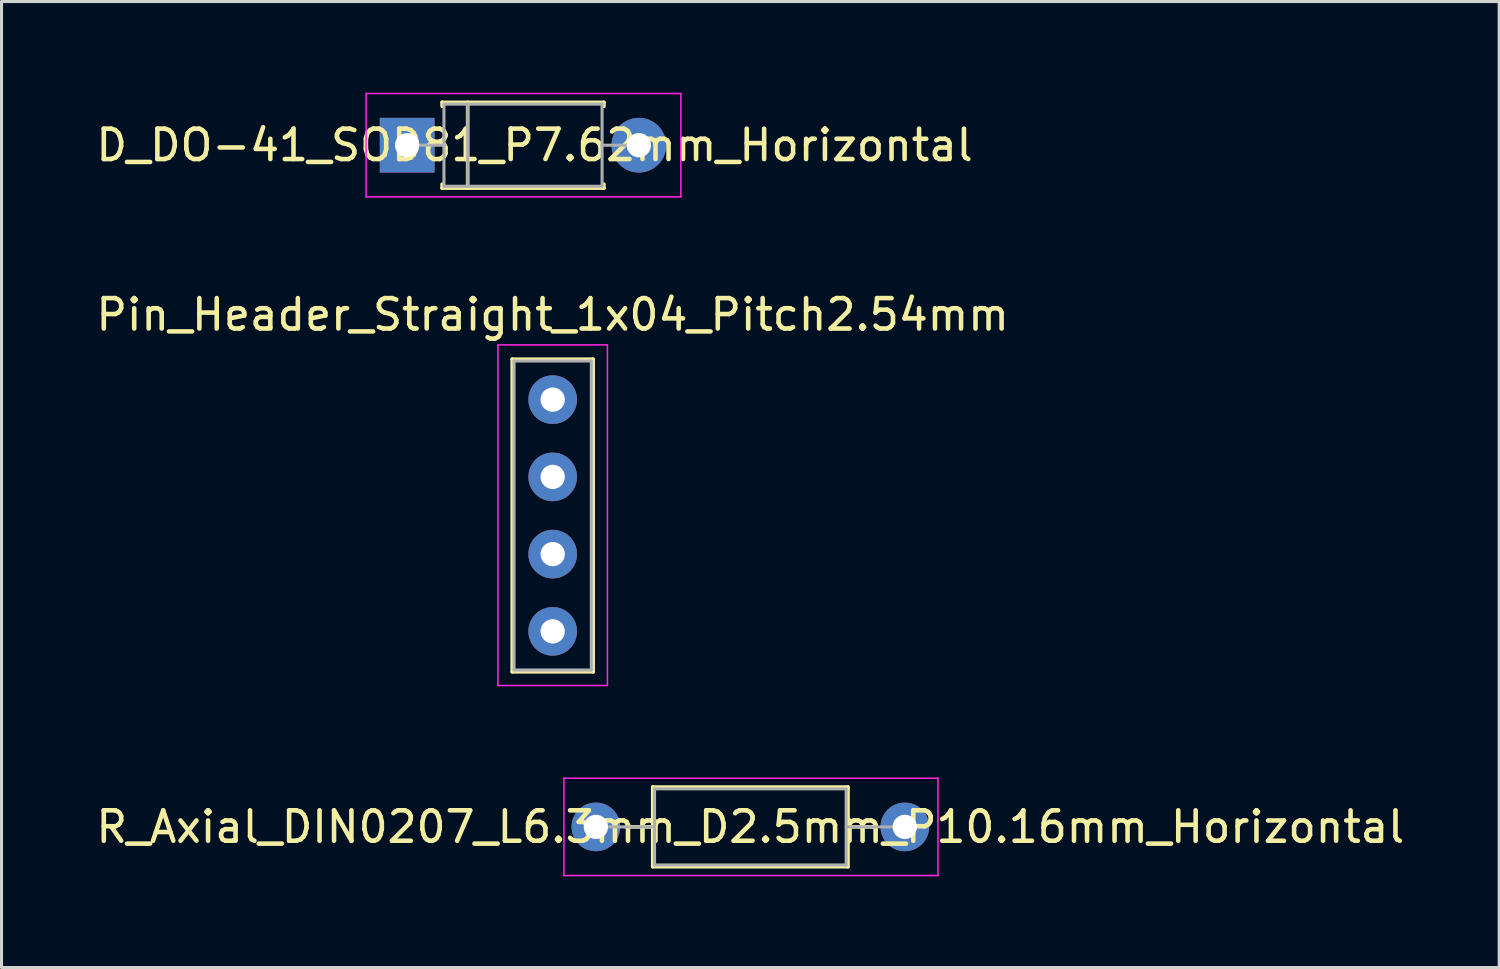
<source format=kicad_pcb>
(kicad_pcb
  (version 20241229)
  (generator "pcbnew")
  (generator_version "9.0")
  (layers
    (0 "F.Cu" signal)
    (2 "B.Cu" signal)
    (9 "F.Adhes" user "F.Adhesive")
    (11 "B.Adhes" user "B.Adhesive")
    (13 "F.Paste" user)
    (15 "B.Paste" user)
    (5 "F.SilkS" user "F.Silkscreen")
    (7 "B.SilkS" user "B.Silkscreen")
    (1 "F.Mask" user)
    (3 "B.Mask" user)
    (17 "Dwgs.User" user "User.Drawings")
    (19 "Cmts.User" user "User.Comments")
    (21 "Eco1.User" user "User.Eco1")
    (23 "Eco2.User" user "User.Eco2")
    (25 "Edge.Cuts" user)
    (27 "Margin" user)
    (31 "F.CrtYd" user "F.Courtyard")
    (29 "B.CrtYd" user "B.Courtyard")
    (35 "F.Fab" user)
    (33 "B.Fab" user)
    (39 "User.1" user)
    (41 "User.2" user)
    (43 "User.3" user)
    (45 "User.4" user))
  (footprint "Pin_Header_Straight_1x04_Pitch2.54mm"
    (layer "F.Cu")
    (at 15.125 10.092)
    (property "Reference" "Pin_Header_Straight_1x04_Pitch2.54mm" (at 0 -2.794 180) (layer "F.SilkS") (effects (font (size 1 1) (thickness 0.15))))
    (attr through_hole)
    (fp_line (start -1.33 -1.33) (end -1.33 8.95) (stroke (width 0.12) (type solid)) (layer "F.SilkS"))
    (fp_line (start -1.33 -1.33) (end 1.33 -1.33) (stroke (width 0.12) (type solid)) (layer "F.SilkS"))
    (fp_line (start -1.33 8.95) (end 1.33 8.95) (stroke (width 0.12) (type solid)) (layer "F.SilkS"))
    (fp_line (start 1.33 -1.33) (end 1.33 8.95) (stroke (width 0.12) (type solid)) (layer "F.SilkS"))
    (fp_line (start -1.8 -1.8) (end -1.8 9.4) (stroke (width 0.05) (type solid)) (layer "F.CrtYd"))
    (fp_line (start -1.8 9.4) (end 1.8 9.4) (stroke (width 0.05) (type solid)) (layer "F.CrtYd"))
    (fp_line (start 1.8 -1.8) (end -1.8 -1.8) (stroke (width 0.05) (type solid)) (layer "F.CrtYd"))
    (fp_line (start 1.8 9.4) (end 1.8 -1.8) (stroke (width 0.05) (type solid)) (layer "F.CrtYd"))
    (fp_line (start -1.27 -1.27) (end 1.27 -1.27) (stroke (width 0.1) (type solid)) (layer "F.Fab"))
    (fp_line (start -1.27 8.89) (end -1.27 -1.27) (stroke (width 0.1) (type solid)) (layer "F.Fab"))
    (fp_line (start 1.27 -1.27) (end 1.27 8.89) (stroke (width 0.1) (type solid)) (layer "F.Fab"))
    (fp_line (start 1.27 8.89) (end -1.27 8.89) (stroke (width 0.1) (type solid)) (layer "F.Fab"))
    (pad "1" thru_hole circle (at 0 0) (size 1.6 1.6) (drill 0.8) (layers "*.Cu" "*.Mask"))
    (pad "2" thru_hole circle (at 0 2.54) (size 1.6 1.6) (drill 0.8) (layers "*.Cu" "*.Mask"))
    (pad "3" thru_hole circle (at 0 5.08) (size 1.6 1.6) (drill 0.8) (layers "*.Cu" "*.Mask"))
    (pad "4" thru_hole circle (at 0 7.62) (size 1.6 1.6) (drill 0.8) (layers "*.Cu" "*.Mask")))
  (footprint "D_DO-41_SOD81_P7.62mm_Horizontal"
    (layer "F.Cu")
    (at 10.339 1.725)
    (property "Reference" "D_DO-41_SOD81_P7.62mm_Horizontal" (at 4.191 0 180) (layer "F.SilkS") (effects (font (size 1 1) (thickness 0.15))))
    (attr through_hole)
    (fp_line (start 1.15 -1.41) (end 6.47 -1.41) (stroke (width 0.12) (type solid)) (layer "F.SilkS"))
    (fp_line (start 1.15 -1.28) (end 1.15 -1.41) (stroke (width 0.12) (type solid)) (layer "F.SilkS"))
    (fp_line (start 1.15 1.28) (end 1.15 1.41) (stroke (width 0.12) (type solid)) (layer "F.SilkS"))
    (fp_line (start 1.15 1.41) (end 6.47 1.41) (stroke (width 0.12) (type solid)) (layer "F.SilkS"))
    (fp_line (start 1.99 -1.41) (end 1.99 1.41) (stroke (width 0.12) (type solid)) (layer "F.SilkS"))
    (fp_line (start 6.47 -1.41) (end 6.47 -1.28) (stroke (width 0.12) (type solid)) (layer "F.SilkS"))
    (fp_line (start 6.47 1.41) (end 6.47 1.28) (stroke (width 0.12) (type solid)) (layer "F.SilkS"))
    (fp_line (start -1.35 -1.7) (end -1.35 1.7) (stroke (width 0.05) (type solid)) (layer "F.CrtYd"))
    (fp_line (start -1.35 1.7) (end 9 1.7) (stroke (width 0.05) (type solid)) (layer "F.CrtYd"))
    (fp_line (start 9 -1.7) (end -1.35 -1.7) (stroke (width 0.05) (type solid)) (layer "F.CrtYd"))
    (fp_line (start 9 1.7) (end 9 -1.7) (stroke (width 0.05) (type solid)) (layer "F.CrtYd"))
    (fp_line (start 0 0) (end 1.21 0) (stroke (width 0.1) (type solid)) (layer "F.Fab"))
    (fp_line (start 1.21 -1.35) (end 1.21 1.35) (stroke (width 0.1) (type solid)) (layer "F.Fab"))
    (fp_line (start 1.21 1.35) (end 6.41 1.35) (stroke (width 0.1) (type solid)) (layer "F.Fab"))
    (fp_line (start 1.99 -1.35) (end 1.99 1.35) (stroke (width 0.1) (type solid)) (layer "F.Fab"))
    (fp_line (start 6.41 -1.35) (end 1.21 -1.35) (stroke (width 0.1) (type solid)) (layer "F.Fab"))
    (fp_line (start 6.41 1.35) (end 6.41 -1.35) (stroke (width 0.1) (type solid)) (layer "F.Fab"))
    (fp_line (start 7.62 0) (end 6.41 0) (stroke (width 0.1) (type solid)) (layer "F.Fab"))
    (pad "1" thru_hole rect (at 0 0) (size 1.8 1.8) (drill 0.8) (layers "*.Cu" "*.Mask"))
    (pad "2" thru_hole oval (at 7.62 0) (size 1.8 1.8) (drill 0.8) (layers "*.Cu" "*.Mask")))
  (footprint "R_Axial_DIN0207_L6.3mm_D2.5mm_P10.16mm_Horizontal"
    (layer "F.Cu")
    (at 16.545 24.142)
    (property "Reference" "R_Axial_DIN0207_L6.3mm_D2.5mm_P10.16mm_Horizontal" (at 5.08 0 180) (layer "F.SilkS") (effects (font (size 1 1) (thickness 0.15))))
    (attr through_hole)
    (fp_line (start 0.98 0) (end 1.87 0) (stroke (width 0.12) (type solid)) (layer "F.SilkS"))
    (fp_line (start 1.87 -1.31) (end 1.87 1.31) (stroke (width 0.12) (type solid)) (layer "F.SilkS"))
    (fp_line (start 1.87 1.31) (end 8.29 1.31) (stroke (width 0.12) (type solid)) (layer "F.SilkS"))
    (fp_line (start 8.29 -1.31) (end 1.87 -1.31) (stroke (width 0.12) (type solid)) (layer "F.SilkS"))
    (fp_line (start 8.29 1.31) (end 8.29 -1.31) (stroke (width 0.12) (type solid)) (layer "F.SilkS"))
    (fp_line (start 9.18 0) (end 8.29 0) (stroke (width 0.12) (type solid)) (layer "F.SilkS"))
    (fp_line (start -1.05 -1.6) (end -1.05 1.6) (stroke (width 0.05) (type solid)) (layer "F.CrtYd"))
    (fp_line (start -1.05 1.6) (end 11.25 1.6) (stroke (width 0.05) (type solid)) (layer "F.CrtYd"))
    (fp_line (start 11.25 -1.6) (end -1.05 -1.6) (stroke (width 0.05) (type solid)) (layer "F.CrtYd"))
    (fp_line (start 11.25 1.6) (end 11.25 -1.6) (stroke (width 0.05) (type solid)) (layer "F.CrtYd"))
    (fp_line (start 0 0) (end 1.93 0) (stroke (width 0.1) (type solid)) (layer "F.Fab"))
    (fp_line (start 1.93 -1.25) (end 1.93 1.25) (stroke (width 0.1) (type solid)) (layer "F.Fab"))
    (fp_line (start 1.93 1.25) (end 8.23 1.25) (stroke (width 0.1) (type solid)) (layer "F.Fab"))
    (fp_line (start 8.23 -1.25) (end 1.93 -1.25) (stroke (width 0.1) (type solid)) (layer "F.Fab"))
    (fp_line (start 8.23 1.25) (end 8.23 -1.25) (stroke (width 0.1) (type solid)) (layer "F.Fab"))
    (fp_line (start 10.16 0) (end 8.23 0) (stroke (width 0.1) (type solid)) (layer "F.Fab"))
    (pad "1" thru_hole circle (at 0 0) (size 1.6 1.6) (drill 0.8) (layers "*.Cu" "*.Mask"))
    (pad "2" thru_hole circle (at 10.16 0) (size 1.6 1.6) (drill 0.8) (layers "*.Cu" "*.Mask")))
  (gr_rect
    (start -3 -3)
    (end 46.25 28.767)
    (stroke (width 0.1) (type default))
    (fill no)
    (layer "Edge.Cuts")))
</source>
